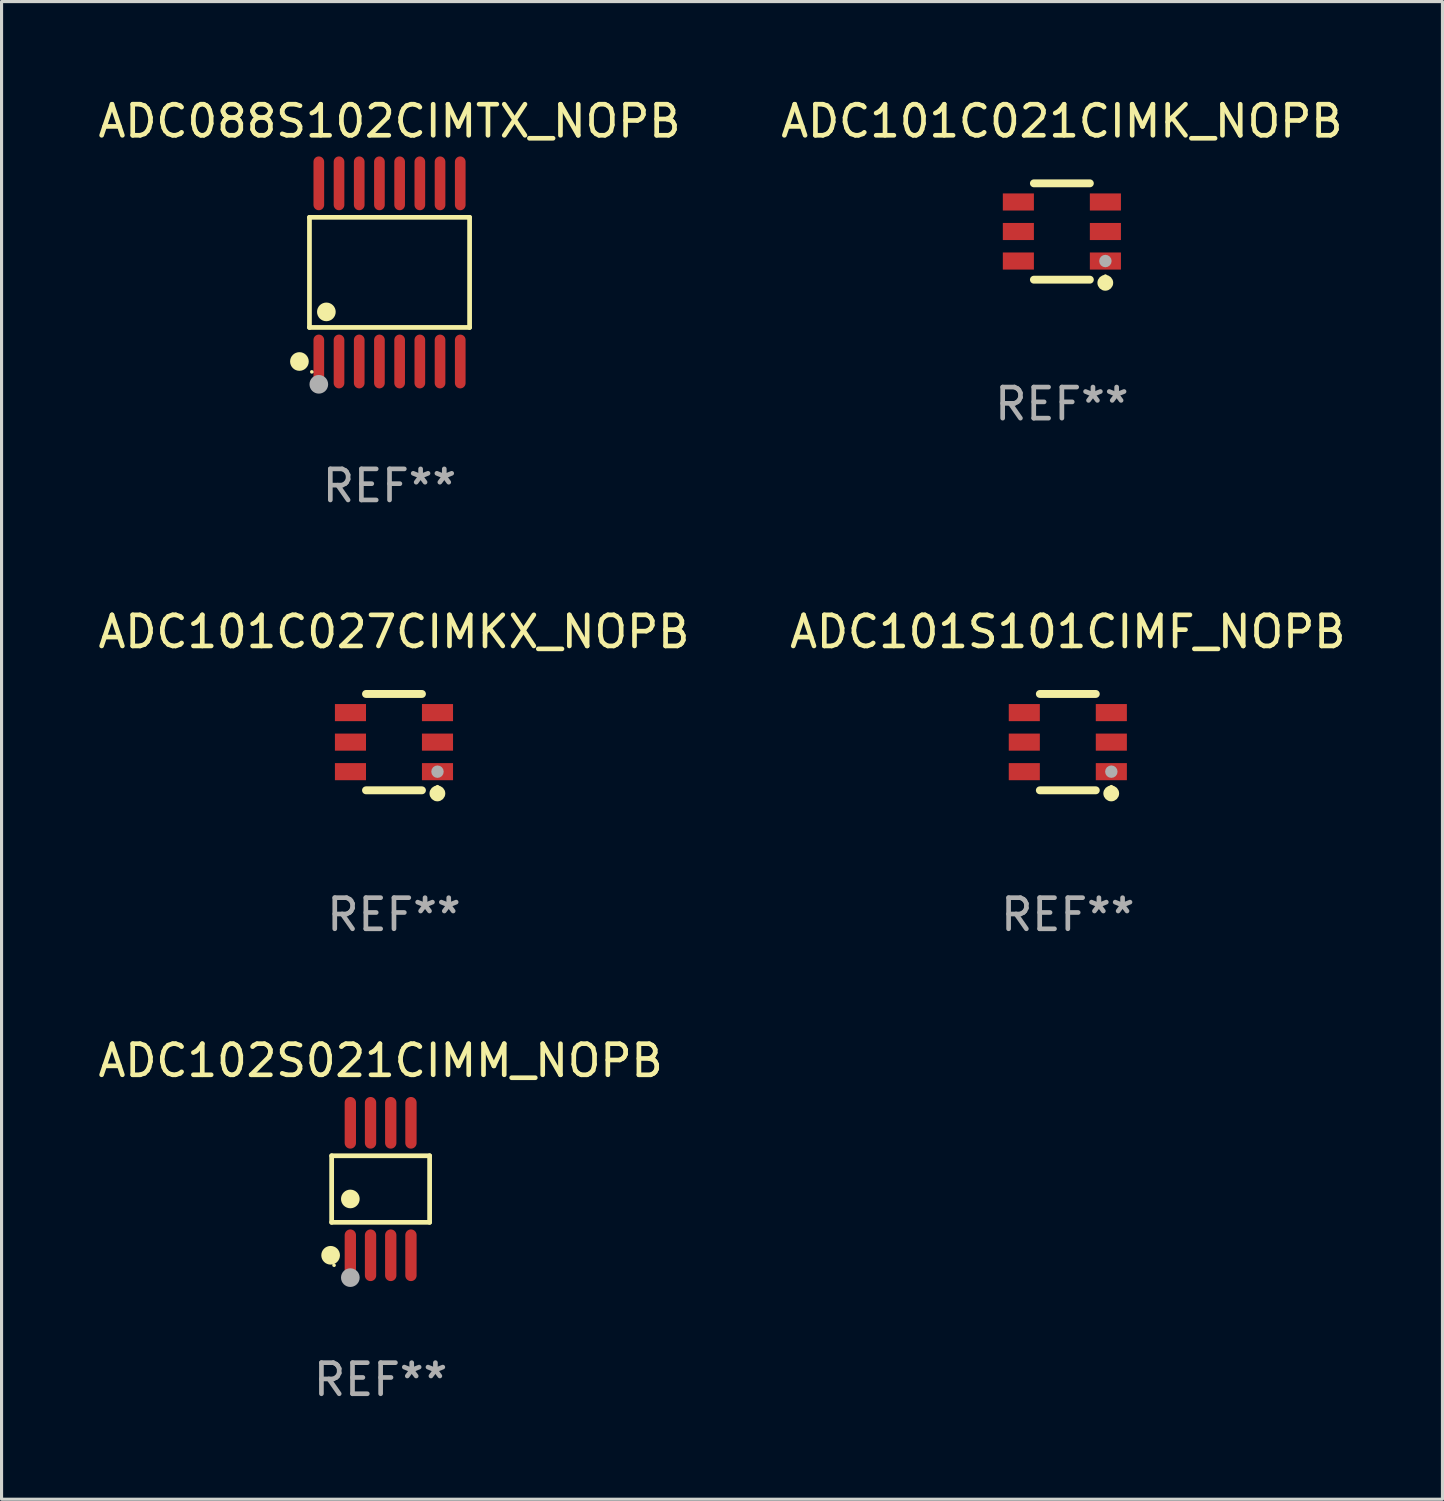
<source format=kicad_pcb>
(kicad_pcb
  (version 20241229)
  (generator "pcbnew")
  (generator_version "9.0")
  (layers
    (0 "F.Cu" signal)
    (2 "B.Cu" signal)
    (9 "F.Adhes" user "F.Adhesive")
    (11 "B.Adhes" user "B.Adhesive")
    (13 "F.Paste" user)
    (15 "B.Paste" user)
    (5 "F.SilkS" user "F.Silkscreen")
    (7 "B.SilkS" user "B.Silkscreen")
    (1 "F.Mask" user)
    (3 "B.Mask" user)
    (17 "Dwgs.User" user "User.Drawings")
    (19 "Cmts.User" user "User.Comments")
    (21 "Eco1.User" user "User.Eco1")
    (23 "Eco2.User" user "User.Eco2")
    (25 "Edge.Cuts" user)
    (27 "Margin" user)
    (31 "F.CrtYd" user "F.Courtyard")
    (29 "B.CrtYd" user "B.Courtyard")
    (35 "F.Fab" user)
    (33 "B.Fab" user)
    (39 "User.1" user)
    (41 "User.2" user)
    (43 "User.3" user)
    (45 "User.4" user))
  (footprint "ADC101S101CIMF_NOPB"
    (layer "F.Cu")
    (at 31.304 20.826)
    (property "Reference" "ADC101S101CIMF_NOPB" (at 0 -3.55 0) (layer "F.SilkS") (effects (font (size 1 1) (thickness 0.15))))
    (attr through_hole)
    (fp_line (start -0.9 -1.55) (end 0.9 -1.55) (stroke (width 0.254) (type solid)) (layer "F.SilkS"))
    (fp_line (start -0.9 1.55) (end 0.9 1.55) (stroke (width 0.254) (type solid)) (layer "F.SilkS"))
    (fp_circle (center 1.397 1.651) (end 1.524 1.651) (stroke (width 0.254) (type solid)) (fill no) (layer "F.SilkS"))
    (fp_circle (center 1.4 1.435) (end 1.43 1.435) (stroke (width 0.06) (type solid)) (fill no) (layer "F.SilkS"))
    (fp_circle (center 1.4 0.95) (end 1.5 0.95) (stroke (width 0.2) (type solid)) (fill no) (layer "F.Fab"))
    (fp_text user "REF**" (at 0 5.55 0) (layer "F.Fab") (effects (font (size 1 1) (thickness 0.15))))
    (pad "1" smd rect (at 1.4 0.95) (size 1 0.55) (layers "F.Cu" "F.Mask" "F.Paste"))
    (pad "2" smd rect (at 1.4 -0.000102) (size 1 0.55) (layers "F.Cu" "F.Mask" "F.Paste"))
    (pad "3" smd rect (at 1.4 -0.95) (size 1 0.55) (layers "F.Cu" "F.Mask" "F.Paste"))
    (pad "4" smd rect (at -1.4 -0.95) (size 1 0.55) (layers "F.Cu" "F.Mask" "F.Paste"))
    (pad "5" smd rect (at -1.4 -0.000102) (size 1 0.55) (layers "F.Cu" "F.Mask" "F.Paste"))
    (pad "6" smd rect (at -1.4 0.95) (size 1 0.55) (layers "F.Cu" "F.Mask" "F.Paste")))
  (footprint "ADC102S021CIMM_NOPB"
    (layer "F.Cu")
    (at 9.196 35.204)
    (property "Reference" "ADC102S021CIMM_NOPB" (at 0 -4.131 0) (layer "F.SilkS") (effects (font (size 1 1) (thickness 0.15))))
    (attr through_hole)
    (fp_line (start -1.576 -1.071) (end 1.576 -1.071) (stroke (width 0.152) (type solid)) (layer "F.SilkS"))
    (fp_line (start -1.576 1.071) (end -1.576 -1.071) (stroke (width 0.152) (type solid)) (layer "F.SilkS"))
    (fp_line (start 1.576 -1.071) (end 1.576 1.071) (stroke (width 0.152) (type solid)) (layer "F.SilkS"))
    (fp_line (start 1.576 1.071) (end -1.576 1.071) (stroke (width 0.152) (type solid)) (layer "F.SilkS"))
    (fp_circle (center -1.609 2.131) (end -1.459 2.131) (stroke (width 0.3) (type solid)) (fill no) (layer "F.SilkS"))
    (fp_circle (center -1.5 2.45) (end -1.47 2.45) (stroke (width 0.06) (type solid)) (fill no) (layer "F.SilkS"))
    (fp_circle (center -0.975 0.319) (end -0.825 0.319) (stroke (width 0.3) (type solid)) (fill no) (layer "F.SilkS"))
    (fp_circle (center -0.975 2.85) (end -0.825 2.85) (stroke (width 0.3) (type solid)) (fill no) (layer "F.Fab"))
    (fp_text user "REF**" (at 0 6.131 0) (layer "F.Fab") (effects (font (size 1 1) (thickness 0.15))))
    (pad "1" smd oval (at -0.975 2.131) (size 0.364 1.662) (layers "F.Cu" "F.Mask" "F.Paste"))
    (pad "2" smd oval (at -0.325 2.131) (size 0.364 1.662) (layers "F.Cu" "F.Mask" "F.Paste"))
    (pad "3" smd oval (at 0.325 2.131) (size 0.364 1.662) (layers "F.Cu" "F.Mask" "F.Paste"))
    (pad "4" smd oval (at 0.975 2.131) (size 0.364 1.662) (layers "F.Cu" "F.Mask" "F.Paste"))
    (pad "5" smd oval (at 0.975 -2.131) (size 0.364 1.662) (layers "F.Cu" "F.Mask" "F.Paste"))
    (pad "6" smd oval (at 0.325 -2.131) (size 0.364 1.662) (layers "F.Cu" "F.Mask" "F.Paste"))
    (pad "7" smd oval (at -0.325 -2.131) (size 0.364 1.662) (layers "F.Cu" "F.Mask" "F.Paste"))
    (pad "8" smd oval (at -0.975 -2.131) (size 0.364 1.662) (layers "F.Cu" "F.Mask" "F.Paste")))
  (footprint "ADC101C021CIMK_NOPB"
    (layer "F.Cu")
    (at 31.113 4.398)
    (property "Reference" "ADC101C021CIMK_NOPB" (at 0 -3.55 0) (layer "F.SilkS") (effects (font (size 1 1) (thickness 0.15))))
    (attr through_hole)
    (fp_line (start -0.9 -1.55) (end 0.9 -1.55) (stroke (width 0.254) (type solid)) (layer "F.SilkS"))
    (fp_line (start -0.9 1.55) (end 0.9 1.55) (stroke (width 0.254) (type solid)) (layer "F.SilkS"))
    (fp_circle (center 1.397 1.651) (end 1.524 1.651) (stroke (width 0.254) (type solid)) (fill no) (layer "F.SilkS"))
    (fp_circle (center 1.4 1.435) (end 1.43 1.435) (stroke (width 0.06) (type solid)) (fill no) (layer "F.SilkS"))
    (fp_circle (center 1.4 0.95) (end 1.5 0.95) (stroke (width 0.2) (type solid)) (fill no) (layer "F.Fab"))
    (fp_text user "REF**" (at 0 5.55 0) (layer "F.Fab") (effects (font (size 1 1) (thickness 0.15))))
    (pad "1" smd rect (at 1.4 0.95) (size 1 0.55) (layers "F.Cu" "F.Mask" "F.Paste"))
    (pad "2" smd rect (at 1.4 -0.000102) (size 1 0.55) (layers "F.Cu" "F.Mask" "F.Paste"))
    (pad "3" smd rect (at 1.4 -0.95) (size 1 0.55) (layers "F.Cu" "F.Mask" "F.Paste"))
    (pad "4" smd rect (at -1.4 -0.95) (size 1 0.55) (layers "F.Cu" "F.Mask" "F.Paste"))
    (pad "5" smd rect (at -1.4 -0.000102) (size 1 0.55) (layers "F.Cu" "F.Mask" "F.Paste"))
    (pad "6" smd rect (at -1.4 0.95) (size 1 0.55) (layers "F.Cu" "F.Mask" "F.Paste")))
  (footprint "ADC101C027CIMKX_NOPB"
    (layer "F.Cu")
    (at 9.625 20.826)
    (property "Reference" "ADC101C027CIMKX_NOPB" (at 0 -3.55 0) (layer "F.SilkS") (effects (font (size 1 1) (thickness 0.15))))
    (attr through_hole)
    (fp_line (start -0.9 -1.55) (end 0.9 -1.55) (stroke (width 0.254) (type solid)) (layer "F.SilkS"))
    (fp_line (start -0.9 1.55) (end 0.9 1.55) (stroke (width 0.254) (type solid)) (layer "F.SilkS"))
    (fp_circle (center 1.397 1.651) (end 1.524 1.651) (stroke (width 0.254) (type solid)) (fill no) (layer "F.SilkS"))
    (fp_circle (center 1.4 1.435) (end 1.43 1.435) (stroke (width 0.06) (type solid)) (fill no) (layer "F.SilkS"))
    (fp_circle (center 1.4 0.95) (end 1.5 0.95) (stroke (width 0.2) (type solid)) (fill no) (layer "F.Fab"))
    (fp_text user "REF**" (at 0 5.55 0) (layer "F.Fab") (effects (font (size 1 1) (thickness 0.15))))
    (pad "1" smd rect (at 1.4 0.95) (size 1 0.55) (layers "F.Cu" "F.Mask" "F.Paste"))
    (pad "2" smd rect (at 1.4 -0.000102) (size 1 0.55) (layers "F.Cu" "F.Mask" "F.Paste"))
    (pad "3" smd rect (at 1.4 -0.95) (size 1 0.55) (layers "F.Cu" "F.Mask" "F.Paste"))
    (pad "4" smd rect (at -1.4 -0.95) (size 1 0.55) (layers "F.Cu" "F.Mask" "F.Paste"))
    (pad "5" smd rect (at -1.4 -0.000102) (size 1 0.55) (layers "F.Cu" "F.Mask" "F.Paste"))
    (pad "6" smd rect (at -1.4 0.95) (size 1 0.55) (layers "F.Cu" "F.Mask" "F.Paste")))
  (footprint "ADC088S102CIMTX_NOPB"
    (layer "F.Cu")
    (at 9.482 5.714)
    (property "Reference" "ADC088S102CIMTX_NOPB" (at 0 -4.866 0) (layer "F.SilkS") (effects (font (size 1 1) (thickness 0.15))))
    (attr through_hole)
    (fp_line (start -2.576 -1.772) (end 2.576 -1.772) (stroke (width 0.152) (type solid)) (layer "F.SilkS"))
    (fp_line (start -2.576 1.771) (end -2.576 -1.772) (stroke (width 0.152) (type solid)) (layer "F.SilkS"))
    (fp_line (start 2.576 -1.772) (end 2.576 1.771) (stroke (width 0.152) (type solid)) (layer "F.SilkS"))
    (fp_line (start 2.576 1.771) (end -2.576 1.771) (stroke (width 0.152) (type solid)) (layer "F.SilkS"))
    (fp_circle (center -2.899 2.866) (end -2.749 2.866) (stroke (width 0.3) (type solid)) (fill no) (layer "F.SilkS"))
    (fp_circle (center -2.5 3.2) (end -2.47 3.2) (stroke (width 0.06) (type solid)) (fill no) (layer "F.SilkS"))
    (fp_circle (center -2.032 1.27) (end -1.882 1.27) (stroke (width 0.3) (type solid)) (fill no) (layer "F.SilkS"))
    (fp_circle (center -2.275 3.6) (end -2.125 3.6) (stroke (width 0.3) (type solid)) (fill no) (layer "F.Fab"))
    (fp_text user "REF**" (at 0 6.866 0) (layer "F.Fab") (effects (font (size 1 1) (thickness 0.15))))
    (pad "1" smd oval (at -2.275 2.866) (size 0.343 1.731) (layers "F.Cu" "F.Mask" "F.Paste"))
    (pad "2" smd oval (at -1.625 2.866) (size 0.343 1.731) (layers "F.Cu" "F.Mask" "F.Paste"))
    (pad "3" smd oval (at -0.975 2.866) (size 0.343 1.731) (layers "F.Cu" "F.Mask" "F.Paste"))
    (pad "4" smd oval (at -0.325 2.866) (size 0.343 1.731) (layers "F.Cu" "F.Mask" "F.Paste"))
    (pad "5" smd oval (at 0.325 2.866) (size 0.343 1.731) (layers "F.Cu" "F.Mask" "F.Paste"))
    (pad "6" smd oval (at 0.975 2.866) (size 0.343 1.731) (layers "F.Cu" "F.Mask" "F.Paste"))
    (pad "7" smd oval (at 1.625 2.866) (size 0.343 1.731) (layers "F.Cu" "F.Mask" "F.Paste"))
    (pad "8" smd oval (at 2.275 2.866) (size 0.343 1.731) (layers "F.Cu" "F.Mask" "F.Paste"))
    (pad "9" smd oval (at 2.275 -2.866) (size 0.343 1.731) (layers "F.Cu" "F.Mask" "F.Paste"))
    (pad "10" smd oval (at 1.625 -2.866) (size 0.343 1.731) (layers "F.Cu" "F.Mask" "F.Paste"))
    (pad "11" smd oval (at 0.975 -2.866) (size 0.343 1.731) (layers "F.Cu" "F.Mask" "F.Paste"))
    (pad "12" smd oval (at 0.325 -2.866) (size 0.343 1.731) (layers "F.Cu" "F.Mask" "F.Paste"))
    (pad "13" smd oval (at -0.325 -2.866) (size 0.343 1.731) (layers "F.Cu" "F.Mask" "F.Paste"))
    (pad "14" smd oval (at -0.975 -2.866) (size 0.343 1.731) (layers "F.Cu" "F.Mask" "F.Paste"))
    (pad "15" smd oval (at -1.625 -2.866) (size 0.343 1.731) (layers "F.Cu" "F.Mask" "F.Paste"))
    (pad "16" smd oval (at -2.275 -2.866) (size 0.343 1.731) (layers "F.Cu" "F.Mask" "F.Paste")))
  (gr_rect
    (start -3 -3)
    (end 43.357 45.183)
    (stroke (width 0.1) (type default))
    (fill no)
    (layer "Edge.Cuts")))
</source>
